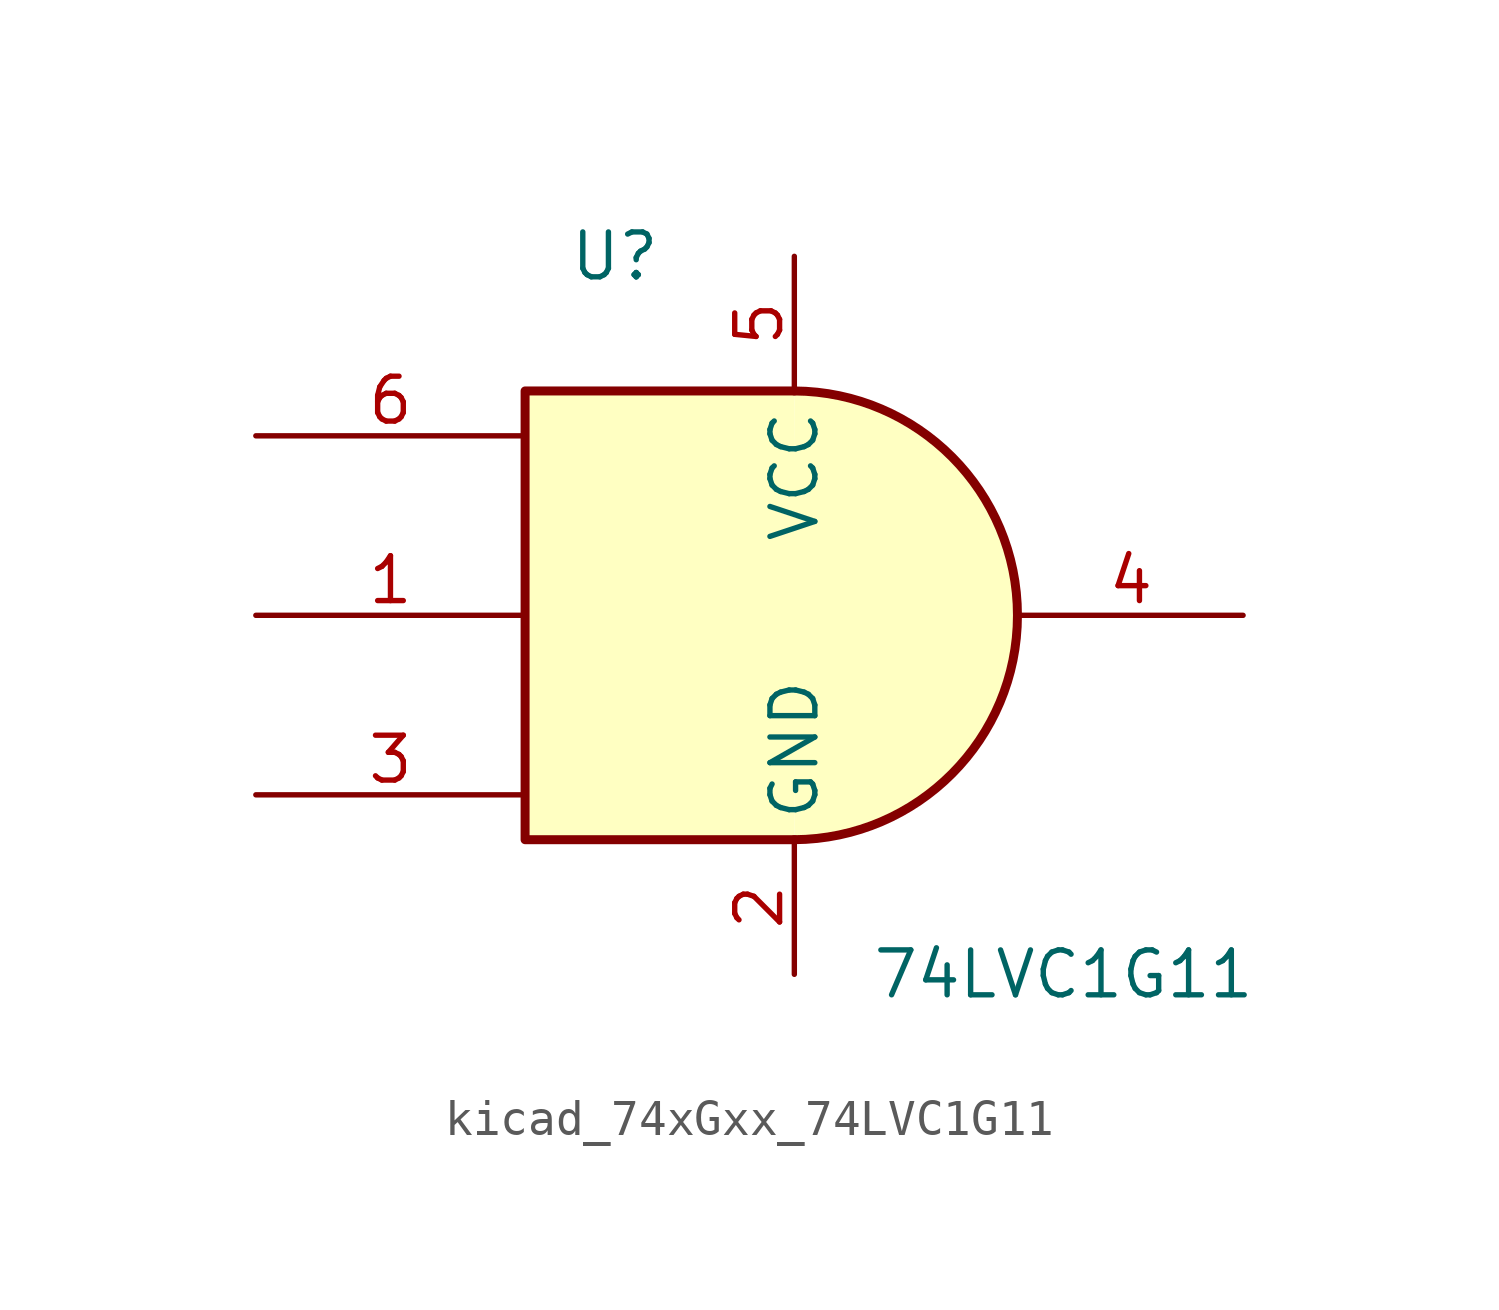
<source format=kicad_sym>
(kicad_symbol_lib
  (version 20220914)
  (generator kicad_symbol_editor)
  (symbol "kicad_74xGxx_74LVC1G11"
    (property "Reference" "U"
      (at -5.08 10.16 0)
      (effects (font (size 1.27 1.27))))
    (property "Value" "74LVC1G11"
      (at 7.62 -10.16 0)
      (effects (font (size 1.27 1.27))))
    (symbol "kicad_74xGxx_74LVC1G11_0_1"
      (arc (start 0 -6.35) (mid 6.3224 0) (end 0 6.35) (stroke (width 0.254) (type default)) (fill (type background)))
      (polyline (pts (xy 0 -6.35) (xy -7.62 -6.35) (xy -7.62 6.35) (xy 0 6.35)) (stroke (width 0.254) (type default)) (fill (type background))))
    (symbol "kicad_74xGxx_74LVC1G11_1_1"
      (pin input line (at -15.24 0 0) (length 7.62) (name "~" (effects (font (size 1.27 1.27)))) (number "1" (effects (font (size 1.27 1.27)))))
      (pin power_in line (at 0 -10.16 90) (length 3.81) (name "GND" (effects (font (size 1.27 1.27)))) (number "2" (effects (font (size 1.27 1.27)))))
      (pin input line (at -15.24 -5.08 0) (length 7.62) (name "~" (effects (font (size 1.27 1.27)))) (number "3" (effects (font (size 1.27 1.27)))))
      (pin output line (at 12.7 0 180) (length 6.35) (name "~" (effects (font (size 1.27 1.27)))) (number "4" (effects (font (size 1.27 1.27)))))
      (pin power_in line (at 0 10.16 270) (length 3.81) (name "VCC" (effects (font (size 1.27 1.27)))) (number "5" (effects (font (size 1.27 1.27)))))
      (pin input line (at -15.24 5.08 0) (length 7.62) (name "~" (effects (font (size 1.27 1.27)))) (number "6" (effects (font (size 1.27 1.27))))))))
</source>
